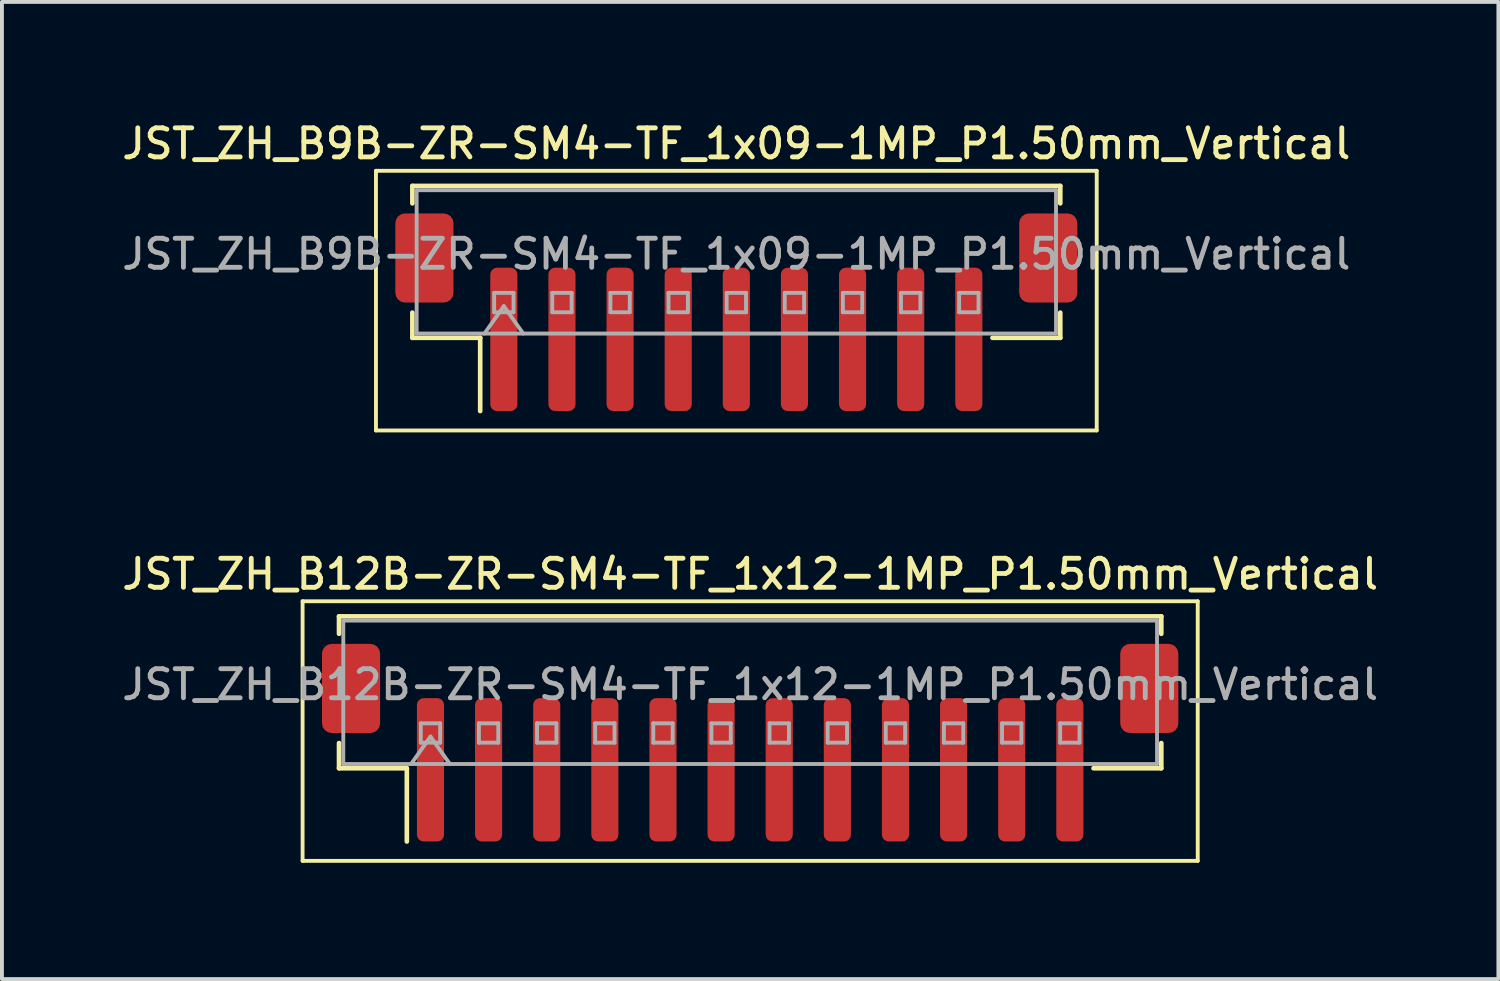
<source format=kicad_pcb>
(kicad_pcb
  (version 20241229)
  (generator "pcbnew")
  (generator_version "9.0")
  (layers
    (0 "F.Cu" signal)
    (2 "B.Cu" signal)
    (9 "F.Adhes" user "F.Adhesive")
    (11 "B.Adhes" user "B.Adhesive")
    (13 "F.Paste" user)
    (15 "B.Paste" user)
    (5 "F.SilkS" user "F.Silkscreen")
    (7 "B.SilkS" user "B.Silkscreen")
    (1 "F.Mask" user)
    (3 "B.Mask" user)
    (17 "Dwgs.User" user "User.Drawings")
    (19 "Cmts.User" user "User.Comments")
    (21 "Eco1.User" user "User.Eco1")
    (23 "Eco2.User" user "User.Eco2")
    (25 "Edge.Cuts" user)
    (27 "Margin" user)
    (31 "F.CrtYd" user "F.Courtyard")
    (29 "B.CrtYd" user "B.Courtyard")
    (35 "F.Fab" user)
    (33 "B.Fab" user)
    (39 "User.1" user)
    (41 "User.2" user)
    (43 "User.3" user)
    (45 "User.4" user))
  (footprint "JST_ZH_B9B-ZR-SM4-TF_1x09-1MP_P1.50mm_Vertical"
    (layer "F.Cu")
    (at 15.952 5.008)
    (property "Reference" "JST_ZH_B9B-ZR-SM4-TF_1x09-1MP_P1.50mm_Vertical" (at 0 -4.35 0) (layer "F.SilkS") (effects (font (size 0.75 0.75) (thickness 0.125))))
    (attr smd)
    (fp_line (start -9.3 -3.65) (end -9.3 3.05) (stroke (width 0.1) (type solid)) (layer "F.SilkS"))
    (fp_line (start -9.3 3.05) (end 9.3 3.05) (stroke (width 0.1) (type solid)) (layer "F.SilkS"))
    (fp_line (start -8.36 -3.26) (end 8.36 -3.26) (stroke (width 0.12) (type solid)) (layer "F.SilkS"))
    (fp_line (start -8.36 -2.81) (end -8.36 -3.26) (stroke (width 0.12) (type solid)) (layer "F.SilkS"))
    (fp_line (start -8.36 0.01) (end -8.36 0.66) (stroke (width 0.12) (type solid)) (layer "F.SilkS"))
    (fp_line (start -8.36 0.66) (end -6.61 0.66) (stroke (width 0.12) (type solid)) (layer "F.SilkS"))
    (fp_line (start -6.61 0.66) (end -6.61 2.55) (stroke (width 0.12) (type solid)) (layer "F.SilkS"))
    (fp_line (start 8.36 -3.26) (end 8.36 -2.81) (stroke (width 0.12) (type solid)) (layer "F.SilkS"))
    (fp_line (start 8.36 0.01) (end 8.36 0.66) (stroke (width 0.12) (type solid)) (layer "F.SilkS"))
    (fp_line (start 8.36 0.66) (end 6.61 0.66) (stroke (width 0.12) (type solid)) (layer "F.SilkS"))
    (fp_line (start 9.3 -3.65) (end -9.3 -3.65) (stroke (width 0.1) (type solid)) (layer "F.SilkS"))
    (fp_line (start 9.3 3.05) (end 9.3 -3.65) (stroke (width 0.1) (type solid)) (layer "F.SilkS"))
    (fp_line (start -8.25 -3.15) (end 8.25 -3.15) (stroke (width 0.1) (type solid)) (layer "F.Fab"))
    (fp_line (start -8.25 0.55) (end -8.25 -3.15) (stroke (width 0.1) (type solid)) (layer "F.Fab"))
    (fp_line (start -8.25 0.55) (end 8.25 0.55) (stroke (width 0.1) (type solid)) (layer "F.Fab"))
    (fp_line (start -6.5 0.55) (end -6 -0.157) (stroke (width 0.1) (type solid)) (layer "F.Fab"))
    (fp_line (start -6.25 -0.5) (end -6.25 0) (stroke (width 0.1) (type solid)) (layer "F.Fab"))
    (fp_line (start -6.25 0) (end -5.75 0) (stroke (width 0.1) (type solid)) (layer "F.Fab"))
    (fp_line (start -6 -0.157) (end -5.5 0.55) (stroke (width 0.1) (type solid)) (layer "F.Fab"))
    (fp_line (start -5.75 -0.5) (end -6.25 -0.5) (stroke (width 0.1) (type solid)) (layer "F.Fab"))
    (fp_line (start -5.75 0) (end -5.75 -0.5) (stroke (width 0.1) (type solid)) (layer "F.Fab"))
    (fp_line (start -4.75 -0.5) (end -4.75 0) (stroke (width 0.1) (type solid)) (layer "F.Fab"))
    (fp_line (start -4.75 0) (end -4.25 0) (stroke (width 0.1) (type solid)) (layer "F.Fab"))
    (fp_line (start -4.25 -0.5) (end -4.75 -0.5) (stroke (width 0.1) (type solid)) (layer "F.Fab"))
    (fp_line (start -4.25 0) (end -4.25 -0.5) (stroke (width 0.1) (type solid)) (layer "F.Fab"))
    (fp_line (start -3.25 -0.5) (end -3.25 0) (stroke (width 0.1) (type solid)) (layer "F.Fab"))
    (fp_line (start -3.25 0) (end -2.75 0) (stroke (width 0.1) (type solid)) (layer "F.Fab"))
    (fp_line (start -2.75 -0.5) (end -3.25 -0.5) (stroke (width 0.1) (type solid)) (layer "F.Fab"))
    (fp_line (start -2.75 0) (end -2.75 -0.5) (stroke (width 0.1) (type solid)) (layer "F.Fab"))
    (fp_line (start -1.75 -0.5) (end -1.75 0) (stroke (width 0.1) (type solid)) (layer "F.Fab"))
    (fp_line (start -1.75 0) (end -1.25 0) (stroke (width 0.1) (type solid)) (layer "F.Fab"))
    (fp_line (start -1.25 -0.5) (end -1.75 -0.5) (stroke (width 0.1) (type solid)) (layer "F.Fab"))
    (fp_line (start -1.25 0) (end -1.25 -0.5) (stroke (width 0.1) (type solid)) (layer "F.Fab"))
    (fp_line (start -0.25 -0.5) (end -0.25 0) (stroke (width 0.1) (type solid)) (layer "F.Fab"))
    (fp_line (start -0.25 0) (end 0.25 0) (stroke (width 0.1) (type solid)) (layer "F.Fab"))
    (fp_line (start 0.25 -0.5) (end -0.25 -0.5) (stroke (width 0.1) (type solid)) (layer "F.Fab"))
    (fp_line (start 0.25 0) (end 0.25 -0.5) (stroke (width 0.1) (type solid)) (layer "F.Fab"))
    (fp_line (start 1.25 -0.5) (end 1.25 0) (stroke (width 0.1) (type solid)) (layer "F.Fab"))
    (fp_line (start 1.25 0) (end 1.75 0) (stroke (width 0.1) (type solid)) (layer "F.Fab"))
    (fp_line (start 1.75 -0.5) (end 1.25 -0.5) (stroke (width 0.1) (type solid)) (layer "F.Fab"))
    (fp_line (start 1.75 0) (end 1.75 -0.5) (stroke (width 0.1) (type solid)) (layer "F.Fab"))
    (fp_line (start 2.75 -0.5) (end 2.75 0) (stroke (width 0.1) (type solid)) (layer "F.Fab"))
    (fp_line (start 2.75 0) (end 3.25 0) (stroke (width 0.1) (type solid)) (layer "F.Fab"))
    (fp_line (start 3.25 -0.5) (end 2.75 -0.5) (stroke (width 0.1) (type solid)) (layer "F.Fab"))
    (fp_line (start 3.25 0) (end 3.25 -0.5) (stroke (width 0.1) (type solid)) (layer "F.Fab"))
    (fp_line (start 4.25 -0.5) (end 4.25 0) (stroke (width 0.1) (type solid)) (layer "F.Fab"))
    (fp_line (start 4.25 0) (end 4.75 0) (stroke (width 0.1) (type solid)) (layer "F.Fab"))
    (fp_line (start 4.75 -0.5) (end 4.25 -0.5) (stroke (width 0.1) (type solid)) (layer "F.Fab"))
    (fp_line (start 4.75 0) (end 4.75 -0.5) (stroke (width 0.1) (type solid)) (layer "F.Fab"))
    (fp_line (start 5.75 -0.5) (end 5.75 0) (stroke (width 0.1) (type solid)) (layer "F.Fab"))
    (fp_line (start 5.75 0) (end 6.25 0) (stroke (width 0.1) (type solid)) (layer "F.Fab"))
    (fp_line (start 6.25 -0.5) (end 5.75 -0.5) (stroke (width 0.1) (type solid)) (layer "F.Fab"))
    (fp_line (start 6.25 0) (end 6.25 -0.5) (stroke (width 0.1) (type solid)) (layer "F.Fab"))
    (fp_line (start 8.25 0.55) (end 8.25 -3.15) (stroke (width 0.1) (type solid)) (layer "F.Fab"))
    (fp_text user "${REFERENCE}" (at 0 -1.5 0) (layer "F.Fab") (effects (font (size 0.75 0.75) (thickness 0.125))))
    (pad "1" smd roundrect (at -6 0.7) (size 0.7 3.7) (layers "F.Cu" "F.Mask" "F.Paste") (roundrect_rratio 0.25))
    (pad "2" smd roundrect (at -4.5 0.7) (size 0.7 3.7) (layers "F.Cu" "F.Mask" "F.Paste") (roundrect_rratio 0.25))
    (pad "3" smd roundrect (at -3 0.7) (size 0.7 3.7) (layers "F.Cu" "F.Mask" "F.Paste") (roundrect_rratio 0.25))
    (pad "4" smd roundrect (at -1.5 0.7) (size 0.7 3.7) (layers "F.Cu" "F.Mask" "F.Paste") (roundrect_rratio 0.25))
    (pad "5" smd roundrect (at 0 0.7) (size 0.7 3.7) (layers "F.Cu" "F.Mask" "F.Paste") (roundrect_rratio 0.25))
    (pad "6" smd roundrect (at 1.5 0.7) (size 0.7 3.7) (layers "F.Cu" "F.Mask" "F.Paste") (roundrect_rratio 0.25))
    (pad "7" smd roundrect (at 3 0.7) (size 0.7 3.7) (layers "F.Cu" "F.Mask" "F.Paste") (roundrect_rratio 0.25))
    (pad "8" smd roundrect (at 4.5 0.7) (size 0.7 3.7) (layers "F.Cu" "F.Mask" "F.Paste") (roundrect_rratio 0.25))
    (pad "9" smd roundrect (at 6 0.7) (size 0.7 3.7) (layers "F.Cu" "F.Mask" "F.Paste") (roundrect_rratio 0.25))
    (pad "MP" smd roundrect (at -8.05 -1.4) (size 1.5 2.3) (layers "F.Cu" "F.Mask" "F.Paste") (roundrect_rratio 0.167))
    (pad "MP" smd roundrect (at 8.05 -1.4) (size 1.5 2.3) (layers "F.Cu" "F.Mask" "F.Paste") (roundrect_rratio 0.167)))
  (footprint "JST_ZH_B12B-ZR-SM4-TF_1x12-1MP_P1.50mm_Vertical"
    (layer "F.Cu")
    (at 16.309 16.116)
    (property "Reference" "JST_ZH_B12B-ZR-SM4-TF_1x12-1MP_P1.50mm_Vertical" (at 0 -4.35 0) (layer "F.SilkS") (effects (font (size 0.75 0.75) (thickness 0.125))))
    (attr smd)
    (fp_line (start -11.55 -3.65) (end -11.55 3.05) (stroke (width 0.1) (type solid)) (layer "F.SilkS"))
    (fp_line (start -11.55 3.05) (end 11.55 3.05) (stroke (width 0.1) (type solid)) (layer "F.SilkS"))
    (fp_line (start -10.61 -3.26) (end 10.61 -3.26) (stroke (width 0.12) (type solid)) (layer "F.SilkS"))
    (fp_line (start -10.61 -2.81) (end -10.61 -3.26) (stroke (width 0.12) (type solid)) (layer "F.SilkS"))
    (fp_line (start -10.61 0.01) (end -10.61 0.66) (stroke (width 0.12) (type solid)) (layer "F.SilkS"))
    (fp_line (start -10.61 0.66) (end -8.86 0.66) (stroke (width 0.12) (type solid)) (layer "F.SilkS"))
    (fp_line (start -8.86 0.66) (end -8.86 2.55) (stroke (width 0.12) (type solid)) (layer "F.SilkS"))
    (fp_line (start 10.61 -3.26) (end 10.61 -2.81) (stroke (width 0.12) (type solid)) (layer "F.SilkS"))
    (fp_line (start 10.61 0.01) (end 10.61 0.66) (stroke (width 0.12) (type solid)) (layer "F.SilkS"))
    (fp_line (start 10.61 0.66) (end 8.86 0.66) (stroke (width 0.12) (type solid)) (layer "F.SilkS"))
    (fp_line (start 11.55 -3.65) (end -11.55 -3.65) (stroke (width 0.1) (type solid)) (layer "F.SilkS"))
    (fp_line (start 11.55 3.05) (end 11.55 -3.65) (stroke (width 0.1) (type solid)) (layer "F.SilkS"))
    (fp_line (start -10.5 -3.15) (end 10.5 -3.15) (stroke (width 0.1) (type solid)) (layer "F.Fab"))
    (fp_line (start -10.5 0.55) (end -10.5 -3.15) (stroke (width 0.1) (type solid)) (layer "F.Fab"))
    (fp_line (start -10.5 0.55) (end 10.5 0.55) (stroke (width 0.1) (type solid)) (layer "F.Fab"))
    (fp_line (start -8.75 0.55) (end -8.25 -0.157) (stroke (width 0.1) (type solid)) (layer "F.Fab"))
    (fp_line (start -8.5 -0.5) (end -8.5 0) (stroke (width 0.1) (type solid)) (layer "F.Fab"))
    (fp_line (start -8.5 0) (end -8 0) (stroke (width 0.1) (type solid)) (layer "F.Fab"))
    (fp_line (start -8.25 -0.157) (end -7.75 0.55) (stroke (width 0.1) (type solid)) (layer "F.Fab"))
    (fp_line (start -8 -0.5) (end -8.5 -0.5) (stroke (width 0.1) (type solid)) (layer "F.Fab"))
    (fp_line (start -8 0) (end -8 -0.5) (stroke (width 0.1) (type solid)) (layer "F.Fab"))
    (fp_line (start -7 -0.5) (end -7 0) (stroke (width 0.1) (type solid)) (layer "F.Fab"))
    (fp_line (start -7 0) (end -6.5 0) (stroke (width 0.1) (type solid)) (layer "F.Fab"))
    (fp_line (start -6.5 -0.5) (end -7 -0.5) (stroke (width 0.1) (type solid)) (layer "F.Fab"))
    (fp_line (start -6.5 0) (end -6.5 -0.5) (stroke (width 0.1) (type solid)) (layer "F.Fab"))
    (fp_line (start -5.5 -0.5) (end -5.5 0) (stroke (width 0.1) (type solid)) (layer "F.Fab"))
    (fp_line (start -5.5 0) (end -5 0) (stroke (width 0.1) (type solid)) (layer "F.Fab"))
    (fp_line (start -5 -0.5) (end -5.5 -0.5) (stroke (width 0.1) (type solid)) (layer "F.Fab"))
    (fp_line (start -5 0) (end -5 -0.5) (stroke (width 0.1) (type solid)) (layer "F.Fab"))
    (fp_line (start -4 -0.5) (end -4 0) (stroke (width 0.1) (type solid)) (layer "F.Fab"))
    (fp_line (start -4 0) (end -3.5 0) (stroke (width 0.1) (type solid)) (layer "F.Fab"))
    (fp_line (start -3.5 -0.5) (end -4 -0.5) (stroke (width 0.1) (type solid)) (layer "F.Fab"))
    (fp_line (start -3.5 0) (end -3.5 -0.5) (stroke (width 0.1) (type solid)) (layer "F.Fab"))
    (fp_line (start -2.5 -0.5) (end -2.5 0) (stroke (width 0.1) (type solid)) (layer "F.Fab"))
    (fp_line (start -2.5 0) (end -2 0) (stroke (width 0.1) (type solid)) (layer "F.Fab"))
    (fp_line (start -2 -0.5) (end -2.5 -0.5) (stroke (width 0.1) (type solid)) (layer "F.Fab"))
    (fp_line (start -2 0) (end -2 -0.5) (stroke (width 0.1) (type solid)) (layer "F.Fab"))
    (fp_line (start -1 -0.5) (end -1 0) (stroke (width 0.1) (type solid)) (layer "F.Fab"))
    (fp_line (start -1 0) (end -0.5 0) (stroke (width 0.1) (type solid)) (layer "F.Fab"))
    (fp_line (start -0.5 -0.5) (end -1 -0.5) (stroke (width 0.1) (type solid)) (layer "F.Fab"))
    (fp_line (start -0.5 0) (end -0.5 -0.5) (stroke (width 0.1) (type solid)) (layer "F.Fab"))
    (fp_line (start 0.5 -0.5) (end 0.5 0) (stroke (width 0.1) (type solid)) (layer "F.Fab"))
    (fp_line (start 0.5 0) (end 1 0) (stroke (width 0.1) (type solid)) (layer "F.Fab"))
    (fp_line (start 1 -0.5) (end 0.5 -0.5) (stroke (width 0.1) (type solid)) (layer "F.Fab"))
    (fp_line (start 1 0) (end 1 -0.5) (stroke (width 0.1) (type solid)) (layer "F.Fab"))
    (fp_line (start 2 -0.5) (end 2 0) (stroke (width 0.1) (type solid)) (layer "F.Fab"))
    (fp_line (start 2 0) (end 2.5 0) (stroke (width 0.1) (type solid)) (layer "F.Fab"))
    (fp_line (start 2.5 -0.5) (end 2 -0.5) (stroke (width 0.1) (type solid)) (layer "F.Fab"))
    (fp_line (start 2.5 0) (end 2.5 -0.5) (stroke (width 0.1) (type solid)) (layer "F.Fab"))
    (fp_line (start 3.5 -0.5) (end 3.5 0) (stroke (width 0.1) (type solid)) (layer "F.Fab"))
    (fp_line (start 3.5 0) (end 4 0) (stroke (width 0.1) (type solid)) (layer "F.Fab"))
    (fp_line (start 4 -0.5) (end 3.5 -0.5) (stroke (width 0.1) (type solid)) (layer "F.Fab"))
    (fp_line (start 4 0) (end 4 -0.5) (stroke (width 0.1) (type solid)) (layer "F.Fab"))
    (fp_line (start 5 -0.5) (end 5 0) (stroke (width 0.1) (type solid)) (layer "F.Fab"))
    (fp_line (start 5 0) (end 5.5 0) (stroke (width 0.1) (type solid)) (layer "F.Fab"))
    (fp_line (start 5.5 -0.5) (end 5 -0.5) (stroke (width 0.1) (type solid)) (layer "F.Fab"))
    (fp_line (start 5.5 0) (end 5.5 -0.5) (stroke (width 0.1) (type solid)) (layer "F.Fab"))
    (fp_line (start 6.5 -0.5) (end 6.5 0) (stroke (width 0.1) (type solid)) (layer "F.Fab"))
    (fp_line (start 6.5 0) (end 7 0) (stroke (width 0.1) (type solid)) (layer "F.Fab"))
    (fp_line (start 7 -0.5) (end 6.5 -0.5) (stroke (width 0.1) (type solid)) (layer "F.Fab"))
    (fp_line (start 7 0) (end 7 -0.5) (stroke (width 0.1) (type solid)) (layer "F.Fab"))
    (fp_line (start 8 -0.5) (end 8 0) (stroke (width 0.1) (type solid)) (layer "F.Fab"))
    (fp_line (start 8 0) (end 8.5 0) (stroke (width 0.1) (type solid)) (layer "F.Fab"))
    (fp_line (start 8.5 -0.5) (end 8 -0.5) (stroke (width 0.1) (type solid)) (layer "F.Fab"))
    (fp_line (start 8.5 0) (end 8.5 -0.5) (stroke (width 0.1) (type solid)) (layer "F.Fab"))
    (fp_line (start 10.5 0.55) (end 10.5 -3.15) (stroke (width 0.1) (type solid)) (layer "F.Fab"))
    (fp_text user "${REFERENCE}" (at 0 -1.5 0) (layer "F.Fab") (effects (font (size 0.75 0.75) (thickness 0.125))))
    (pad "1" smd roundrect (at -8.25 0.7) (size 0.7 3.7) (layers "F.Cu" "F.Mask" "F.Paste") (roundrect_rratio 0.25))
    (pad "2" smd roundrect (at -6.75 0.7) (size 0.7 3.7) (layers "F.Cu" "F.Mask" "F.Paste") (roundrect_rratio 0.25))
    (pad "3" smd roundrect (at -5.25 0.7) (size 0.7 3.7) (layers "F.Cu" "F.Mask" "F.Paste") (roundrect_rratio 0.25))
    (pad "4" smd roundrect (at -3.75 0.7) (size 0.7 3.7) (layers "F.Cu" "F.Mask" "F.Paste") (roundrect_rratio 0.25))
    (pad "5" smd roundrect (at -2.25 0.7) (size 0.7 3.7) (layers "F.Cu" "F.Mask" "F.Paste") (roundrect_rratio 0.25))
    (pad "6" smd roundrect (at -0.75 0.7) (size 0.7 3.7) (layers "F.Cu" "F.Mask" "F.Paste") (roundrect_rratio 0.25))
    (pad "7" smd roundrect (at 0.75 0.7) (size 0.7 3.7) (layers "F.Cu" "F.Mask" "F.Paste") (roundrect_rratio 0.25))
    (pad "8" smd roundrect (at 2.25 0.7) (size 0.7 3.7) (layers "F.Cu" "F.Mask" "F.Paste") (roundrect_rratio 0.25))
    (pad "9" smd roundrect (at 3.75 0.7) (size 0.7 3.7) (layers "F.Cu" "F.Mask" "F.Paste") (roundrect_rratio 0.25))
    (pad "10" smd roundrect (at 5.25 0.7) (size 0.7 3.7) (layers "F.Cu" "F.Mask" "F.Paste") (roundrect_rratio 0.25))
    (pad "11" smd roundrect (at 6.75 0.7) (size 0.7 3.7) (layers "F.Cu" "F.Mask" "F.Paste") (roundrect_rratio 0.25))
    (pad "12" smd roundrect (at 8.25 0.7) (size 0.7 3.7) (layers "F.Cu" "F.Mask" "F.Paste") (roundrect_rratio 0.25))
    (pad "MP" smd roundrect (at -10.3 -1.4) (size 1.5 2.3) (layers "F.Cu" "F.Mask" "F.Paste") (roundrect_rratio 0.167))
    (pad "MP" smd roundrect (at 10.3 -1.4) (size 1.5 2.3) (layers "F.Cu" "F.Mask" "F.Paste") (roundrect_rratio 0.167)))
  (gr_rect
    (start -3 -3)
    (end 35.618 22.216)
    (stroke (width 0.1) (type default))
    (fill no)
    (layer "Edge.Cuts")))
</source>
